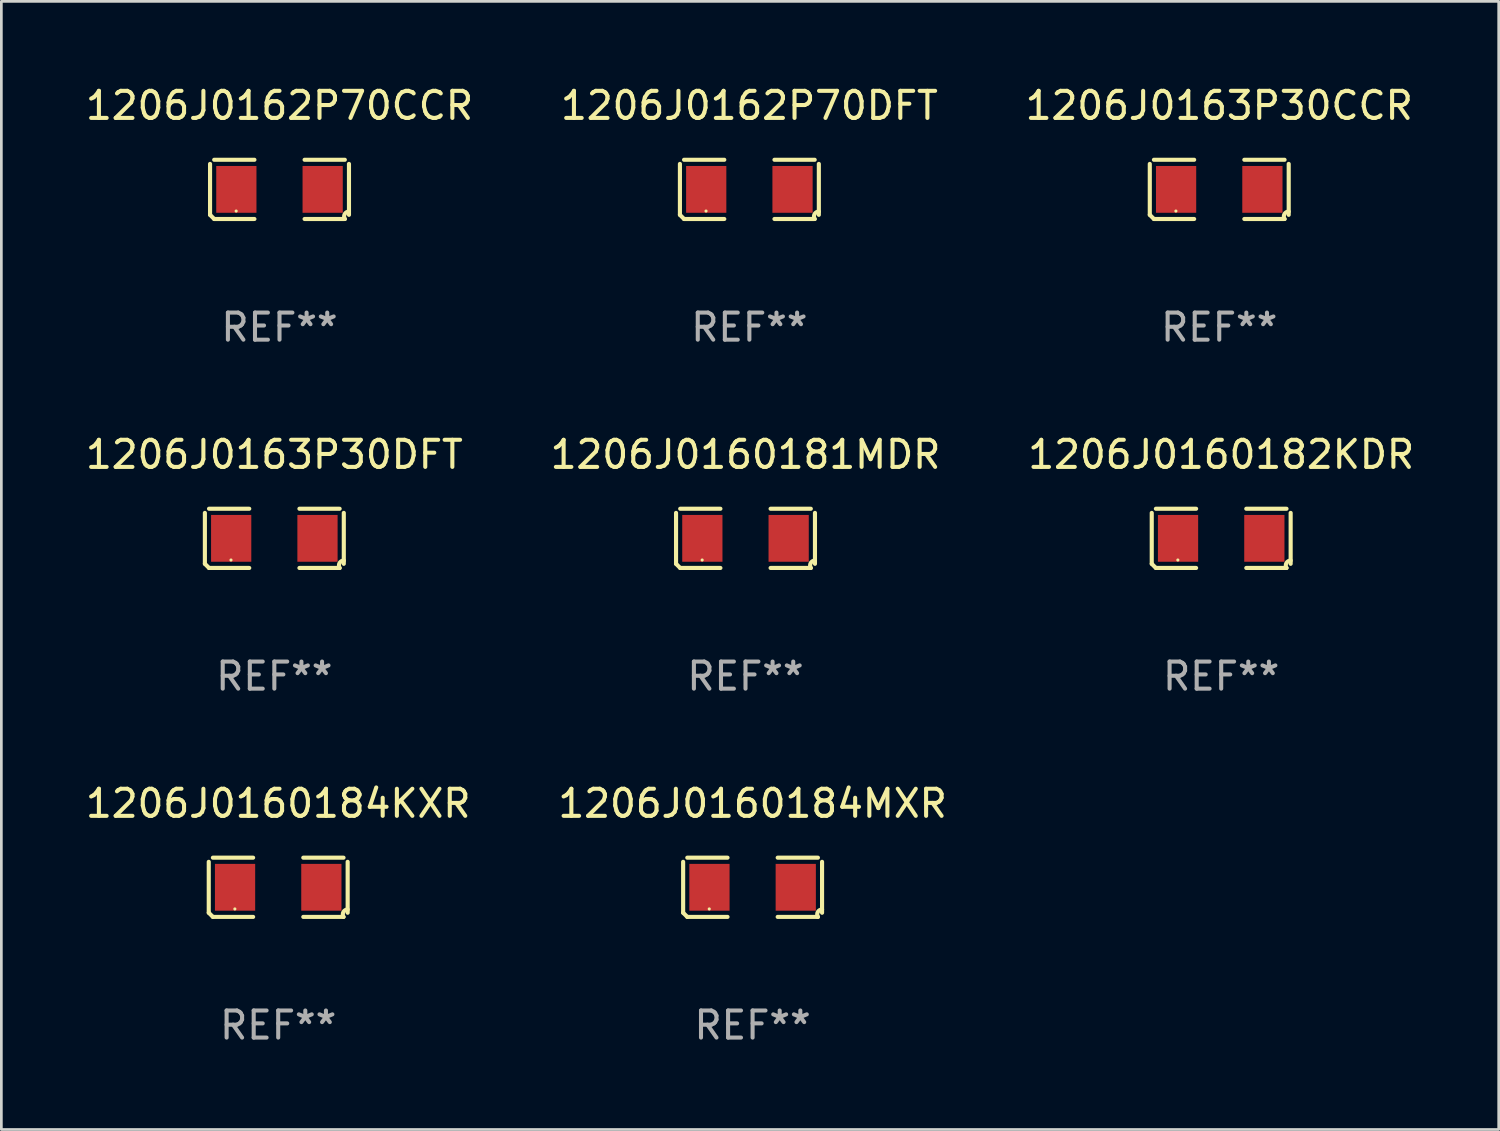
<source format=kicad_pcb>
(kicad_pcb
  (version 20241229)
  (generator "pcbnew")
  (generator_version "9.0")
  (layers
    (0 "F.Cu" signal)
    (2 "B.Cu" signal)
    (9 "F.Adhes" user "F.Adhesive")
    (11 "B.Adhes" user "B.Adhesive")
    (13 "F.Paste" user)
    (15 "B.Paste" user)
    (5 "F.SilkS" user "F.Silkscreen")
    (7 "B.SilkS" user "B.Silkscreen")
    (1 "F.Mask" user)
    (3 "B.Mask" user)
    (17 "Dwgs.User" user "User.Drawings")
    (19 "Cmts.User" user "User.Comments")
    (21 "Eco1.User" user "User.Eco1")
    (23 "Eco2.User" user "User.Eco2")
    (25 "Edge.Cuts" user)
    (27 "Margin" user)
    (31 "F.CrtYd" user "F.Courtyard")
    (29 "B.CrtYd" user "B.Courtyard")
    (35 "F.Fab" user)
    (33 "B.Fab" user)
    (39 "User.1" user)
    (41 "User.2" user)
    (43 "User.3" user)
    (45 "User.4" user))
  (footprint "1206J0163P30DFT"
    (layer "F.Cu")
    (at 7.077 16.823)
    (property "Reference" "1206J0163P30DFT" (at 0 -3.093 0) (layer "F.SilkS") (effects (font (size 1 1) (thickness 0.15))))
    (attr through_hole)
    (fp_line (start -2.564 0.94) (end -2.564 -0.94) (stroke (width 0.152) (type solid)) (layer "F.SilkS"))
    (fp_line (start -2.411 -1.093) (end -0.926 -1.093) (stroke (width 0.152) (type solid)) (layer "F.SilkS"))
    (fp_line (start -0.926 1.093) (end -2.411 1.093) (stroke (width 0.152) (type solid)) (layer "F.SilkS"))
    (fp_line (start 0.926 1.093) (end 2.411 1.093) (stroke (width 0.152) (type solid)) (layer "F.SilkS"))
    (fp_line (start 2.411 -1.093) (end 0.926 -1.093) (stroke (width 0.152) (type solid)) (layer "F.SilkS"))
    (fp_line (start 2.564 0.94) (end 2.564 -0.94) (stroke (width 0.152) (type solid)) (layer "F.SilkS"))
    (fp_arc (start -2.411201 1.092609) (mid -2.487413 1.01642) (end -2.563602 0.940208) (stroke (width 0.1524) (type solid)) (layer "F.SilkS"))
    (fp_arc (start 2.411201 1.092609) (mid 2.407159 0.911226) (end 2.563602 0.819347) (stroke (width 0.1524) (type solid)) (layer "F.SilkS"))
    (fp_circle (center -1.6 0.8) (end -1.57 0.8) (stroke (width 0.06) (type solid)) (fill no) (layer "F.SilkS"))
    (fp_text user "REF**" (at 0 5.093 0) (layer "F.Fab") (effects (font (size 1 1) (thickness 0.15))))
    (pad "1" smd rect (at -1.593 0) (size 1.485 1.728) (layers "F.Cu" "F.Mask" "F.Paste"))
    (pad "2" smd rect (at 1.593 0) (size 1.485 1.728) (layers "F.Cu" "F.Mask" "F.Paste")))
  (footprint "1206J0160184KXR"
    (layer "F.Cu")
    (at 7.22 29.704)
    (property "Reference" "1206J0160184KXR" (at 0 -3.093 0) (layer "F.SilkS") (effects (font (size 1 1) (thickness 0.15))))
    (attr through_hole)
    (fp_line (start -2.564 0.94) (end -2.564 -0.94) (stroke (width 0.152) (type solid)) (layer "F.SilkS"))
    (fp_line (start -2.411 -1.093) (end -0.926 -1.093) (stroke (width 0.152) (type solid)) (layer "F.SilkS"))
    (fp_line (start -0.926 1.093) (end -2.411 1.093) (stroke (width 0.152) (type solid)) (layer "F.SilkS"))
    (fp_line (start 0.926 1.093) (end 2.411 1.093) (stroke (width 0.152) (type solid)) (layer "F.SilkS"))
    (fp_line (start 2.411 -1.093) (end 0.926 -1.093) (stroke (width 0.152) (type solid)) (layer "F.SilkS"))
    (fp_line (start 2.564 0.94) (end 2.564 -0.94) (stroke (width 0.152) (type solid)) (layer "F.SilkS"))
    (fp_arc (start -2.411201 1.092609) (mid -2.487413 1.01642) (end -2.563602 0.940208) (stroke (width 0.1524) (type solid)) (layer "F.SilkS"))
    (fp_arc (start 2.411201 1.092609) (mid 2.407159 0.911226) (end 2.563602 0.819347) (stroke (width 0.1524) (type solid)) (layer "F.SilkS"))
    (fp_circle (center -1.6 0.8) (end -1.57 0.8) (stroke (width 0.06) (type solid)) (fill no) (layer "F.SilkS"))
    (fp_text user "REF**" (at 0 5.093 0) (layer "F.Fab") (effects (font (size 1 1) (thickness 0.15))))
    (pad "1" smd rect (at -1.593 0) (size 1.485 1.728) (layers "F.Cu" "F.Mask" "F.Paste"))
    (pad "2" smd rect (at 1.593 0) (size 1.485 1.728) (layers "F.Cu" "F.Mask" "F.Paste")))
  (footprint "1206J0160184MXR"
    (layer "F.Cu")
    (at 24.732 29.704)
    (property "Reference" "1206J0160184MXR" (at 0 -3.093 0) (layer "F.SilkS") (effects (font (size 1 1) (thickness 0.15))))
    (attr through_hole)
    (fp_line (start -2.564 0.94) (end -2.564 -0.94) (stroke (width 0.152) (type solid)) (layer "F.SilkS"))
    (fp_line (start -2.411 -1.093) (end -0.926 -1.093) (stroke (width 0.152) (type solid)) (layer "F.SilkS"))
    (fp_line (start -0.926 1.093) (end -2.411 1.093) (stroke (width 0.152) (type solid)) (layer "F.SilkS"))
    (fp_line (start 0.926 1.093) (end 2.411 1.093) (stroke (width 0.152) (type solid)) (layer "F.SilkS"))
    (fp_line (start 2.411 -1.093) (end 0.926 -1.093) (stroke (width 0.152) (type solid)) (layer "F.SilkS"))
    (fp_line (start 2.564 0.94) (end 2.564 -0.94) (stroke (width 0.152) (type solid)) (layer "F.SilkS"))
    (fp_arc (start -2.411201 1.092609) (mid -2.487413 1.01642) (end -2.563602 0.940208) (stroke (width 0.1524) (type solid)) (layer "F.SilkS"))
    (fp_arc (start 2.411201 1.092609) (mid 2.407159 0.911226) (end 2.563602 0.819347) (stroke (width 0.1524) (type solid)) (layer "F.SilkS"))
    (fp_circle (center -1.6 0.8) (end -1.57 0.8) (stroke (width 0.06) (type solid)) (fill no) (layer "F.SilkS"))
    (fp_text user "REF**" (at 0 5.093 0) (layer "F.Fab") (effects (font (size 1 1) (thickness 0.15))))
    (pad "1" smd rect (at -1.593 0) (size 1.485 1.728) (layers "F.Cu" "F.Mask" "F.Paste"))
    (pad "2" smd rect (at 1.593 0) (size 1.485 1.728) (layers "F.Cu" "F.Mask" "F.Paste")))
  (footprint "1206J0160181MDR"
    (layer "F.Cu")
    (at 24.47 16.823)
    (property "Reference" "1206J0160181MDR" (at 0 -3.093 0) (layer "F.SilkS") (effects (font (size 1 1) (thickness 0.15))))
    (attr through_hole)
    (fp_line (start -2.564 0.94) (end -2.564 -0.94) (stroke (width 0.152) (type solid)) (layer "F.SilkS"))
    (fp_line (start -2.411 -1.093) (end -0.926 -1.093) (stroke (width 0.152) (type solid)) (layer "F.SilkS"))
    (fp_line (start -0.926 1.093) (end -2.411 1.093) (stroke (width 0.152) (type solid)) (layer "F.SilkS"))
    (fp_line (start 0.926 1.093) (end 2.411 1.093) (stroke (width 0.152) (type solid)) (layer "F.SilkS"))
    (fp_line (start 2.411 -1.093) (end 0.926 -1.093) (stroke (width 0.152) (type solid)) (layer "F.SilkS"))
    (fp_line (start 2.564 0.94) (end 2.564 -0.94) (stroke (width 0.152) (type solid)) (layer "F.SilkS"))
    (fp_arc (start -2.411201 1.092609) (mid -2.487413 1.01642) (end -2.563602 0.940208) (stroke (width 0.1524) (type solid)) (layer "F.SilkS"))
    (fp_arc (start 2.411201 1.092609) (mid 2.407159 0.911226) (end 2.563602 0.819347) (stroke (width 0.1524) (type solid)) (layer "F.SilkS"))
    (fp_circle (center -1.6 0.8) (end -1.57 0.8) (stroke (width 0.06) (type solid)) (fill no) (layer "F.SilkS"))
    (fp_text user "REF**" (at 0 5.093 0) (layer "F.Fab") (effects (font (size 1 1) (thickness 0.15))))
    (pad "1" smd rect (at -1.593 0) (size 1.485 1.728) (layers "F.Cu" "F.Mask" "F.Paste"))
    (pad "2" smd rect (at 1.593 0) (size 1.485 1.728) (layers "F.Cu" "F.Mask" "F.Paste")))
  (footprint "1206J0160182KDR"
    (layer "F.Cu")
    (at 42.03 16.823)
    (property "Reference" "1206J0160182KDR" (at 0 -3.093 0) (layer "F.SilkS") (effects (font (size 1 1) (thickness 0.15))))
    (attr through_hole)
    (fp_line (start -2.564 0.94) (end -2.564 -0.94) (stroke (width 0.152) (type solid)) (layer "F.SilkS"))
    (fp_line (start -2.411 -1.093) (end -0.926 -1.093) (stroke (width 0.152) (type solid)) (layer "F.SilkS"))
    (fp_line (start -0.926 1.093) (end -2.411 1.093) (stroke (width 0.152) (type solid)) (layer "F.SilkS"))
    (fp_line (start 0.926 1.093) (end 2.411 1.093) (stroke (width 0.152) (type solid)) (layer "F.SilkS"))
    (fp_line (start 2.411 -1.093) (end 0.926 -1.093) (stroke (width 0.152) (type solid)) (layer "F.SilkS"))
    (fp_line (start 2.564 0.94) (end 2.564 -0.94) (stroke (width 0.152) (type solid)) (layer "F.SilkS"))
    (fp_arc (start -2.411201 1.092609) (mid -2.487413 1.01642) (end -2.563602 0.940208) (stroke (width 0.1524) (type solid)) (layer "F.SilkS"))
    (fp_arc (start 2.411201 1.092609) (mid 2.407159 0.911226) (end 2.563602 0.819347) (stroke (width 0.1524) (type solid)) (layer "F.SilkS"))
    (fp_circle (center -1.6 0.8) (end -1.57 0.8) (stroke (width 0.06) (type solid)) (fill no) (layer "F.SilkS"))
    (fp_text user "REF**" (at 0 5.093 0) (layer "F.Fab") (effects (font (size 1 1) (thickness 0.15))))
    (pad "1" smd rect (at -1.593 0) (size 1.485 1.728) (layers "F.Cu" "F.Mask" "F.Paste"))
    (pad "2" smd rect (at 1.593 0) (size 1.485 1.728) (layers "F.Cu" "F.Mask" "F.Paste")))
  (footprint "1206J0162P70CCR"
    (layer "F.Cu")
    (at 7.268 3.941)
    (property "Reference" "1206J0162P70CCR" (at 0 -3.093 0) (layer "F.SilkS") (effects (font (size 1 1) (thickness 0.15))))
    (attr through_hole)
    (fp_line (start -2.564 0.94) (end -2.564 -0.94) (stroke (width 0.152) (type solid)) (layer "F.SilkS"))
    (fp_line (start -2.411 -1.093) (end -0.926 -1.093) (stroke (width 0.152) (type solid)) (layer "F.SilkS"))
    (fp_line (start -0.926 1.093) (end -2.411 1.093) (stroke (width 0.152) (type solid)) (layer "F.SilkS"))
    (fp_line (start 0.926 1.093) (end 2.411 1.093) (stroke (width 0.152) (type solid)) (layer "F.SilkS"))
    (fp_line (start 2.411 -1.093) (end 0.926 -1.093) (stroke (width 0.152) (type solid)) (layer "F.SilkS"))
    (fp_line (start 2.564 0.94) (end 2.564 -0.94) (stroke (width 0.152) (type solid)) (layer "F.SilkS"))
    (fp_arc (start -2.411201 1.092609) (mid -2.487413 1.01642) (end -2.563602 0.940208) (stroke (width 0.1524) (type solid)) (layer "F.SilkS"))
    (fp_arc (start 2.411201 1.092609) (mid 2.407159 0.911226) (end 2.563602 0.819347) (stroke (width 0.1524) (type solid)) (layer "F.SilkS"))
    (fp_circle (center -1.6 0.8) (end -1.57 0.8) (stroke (width 0.06) (type solid)) (fill no) (layer "F.SilkS"))
    (fp_text user "REF**" (at 0 5.093 0) (layer "F.Fab") (effects (font (size 1 1) (thickness 0.15))))
    (pad "1" smd rect (at -1.593 0) (size 1.485 1.728) (layers "F.Cu" "F.Mask" "F.Paste"))
    (pad "2" smd rect (at 1.593 0) (size 1.485 1.728) (layers "F.Cu" "F.Mask" "F.Paste")))
  (footprint "1206J0163P30CCR"
    (layer "F.Cu")
    (at 41.958 3.941)
    (property "Reference" "1206J0163P30CCR" (at 0 -3.093 0) (layer "F.SilkS") (effects (font (size 1 1) (thickness 0.15))))
    (attr through_hole)
    (fp_line (start -2.564 0.94) (end -2.564 -0.94) (stroke (width 0.152) (type solid)) (layer "F.SilkS"))
    (fp_line (start -2.411 -1.093) (end -0.926 -1.093) (stroke (width 0.152) (type solid)) (layer "F.SilkS"))
    (fp_line (start -0.926 1.093) (end -2.411 1.093) (stroke (width 0.152) (type solid)) (layer "F.SilkS"))
    (fp_line (start 0.926 1.093) (end 2.411 1.093) (stroke (width 0.152) (type solid)) (layer "F.SilkS"))
    (fp_line (start 2.411 -1.093) (end 0.926 -1.093) (stroke (width 0.152) (type solid)) (layer "F.SilkS"))
    (fp_line (start 2.564 0.94) (end 2.564 -0.94) (stroke (width 0.152) (type solid)) (layer "F.SilkS"))
    (fp_arc (start -2.411201 1.092609) (mid -2.487413 1.01642) (end -2.563602 0.940208) (stroke (width 0.1524) (type solid)) (layer "F.SilkS"))
    (fp_arc (start 2.411201 1.092609) (mid 2.407159 0.911226) (end 2.563602 0.819347) (stroke (width 0.1524) (type solid)) (layer "F.SilkS"))
    (fp_circle (center -1.6 0.8) (end -1.57 0.8) (stroke (width 0.06) (type solid)) (fill no) (layer "F.SilkS"))
    (fp_text user "REF**" (at 0 5.093 0) (layer "F.Fab") (effects (font (size 1 1) (thickness 0.15))))
    (pad "1" smd rect (at -1.593 0) (size 1.485 1.728) (layers "F.Cu" "F.Mask" "F.Paste"))
    (pad "2" smd rect (at 1.593 0) (size 1.485 1.728) (layers "F.Cu" "F.Mask" "F.Paste")))
  (footprint "1206J0162P70DFT"
    (layer "F.Cu")
    (at 24.613 3.941)
    (property "Reference" "1206J0162P70DFT" (at 0 -3.093 0) (layer "F.SilkS") (effects (font (size 1 1) (thickness 0.15))))
    (attr through_hole)
    (fp_line (start -2.564 0.94) (end -2.564 -0.94) (stroke (width 0.152) (type solid)) (layer "F.SilkS"))
    (fp_line (start -2.411 -1.093) (end -0.926 -1.093) (stroke (width 0.152) (type solid)) (layer "F.SilkS"))
    (fp_line (start -0.926 1.093) (end -2.411 1.093) (stroke (width 0.152) (type solid)) (layer "F.SilkS"))
    (fp_line (start 0.926 1.093) (end 2.411 1.093) (stroke (width 0.152) (type solid)) (layer "F.SilkS"))
    (fp_line (start 2.411 -1.093) (end 0.926 -1.093) (stroke (width 0.152) (type solid)) (layer "F.SilkS"))
    (fp_line (start 2.564 0.94) (end 2.564 -0.94) (stroke (width 0.152) (type solid)) (layer "F.SilkS"))
    (fp_arc (start -2.411201 1.092609) (mid -2.487413 1.01642) (end -2.563602 0.940208) (stroke (width 0.1524) (type solid)) (layer "F.SilkS"))
    (fp_arc (start 2.411201 1.092609) (mid 2.407159 0.911226) (end 2.563602 0.819347) (stroke (width 0.1524) (type solid)) (layer "F.SilkS"))
    (fp_circle (center -1.6 0.8) (end -1.57 0.8) (stroke (width 0.06) (type solid)) (fill no) (layer "F.SilkS"))
    (fp_text user "REF**" (at 0 5.093 0) (layer "F.Fab") (effects (font (size 1 1) (thickness 0.15))))
    (pad "1" smd rect (at -1.593 0) (size 1.485 1.728) (layers "F.Cu" "F.Mask" "F.Paste"))
    (pad "2" smd rect (at 1.593 0) (size 1.485 1.728) (layers "F.Cu" "F.Mask" "F.Paste")))
  (gr_rect
    (start -3 -3)
    (end 52.274 38.645)
    (stroke (width 0.1) (type default))
    (fill no)
    (layer "Edge.Cuts")))
</source>
